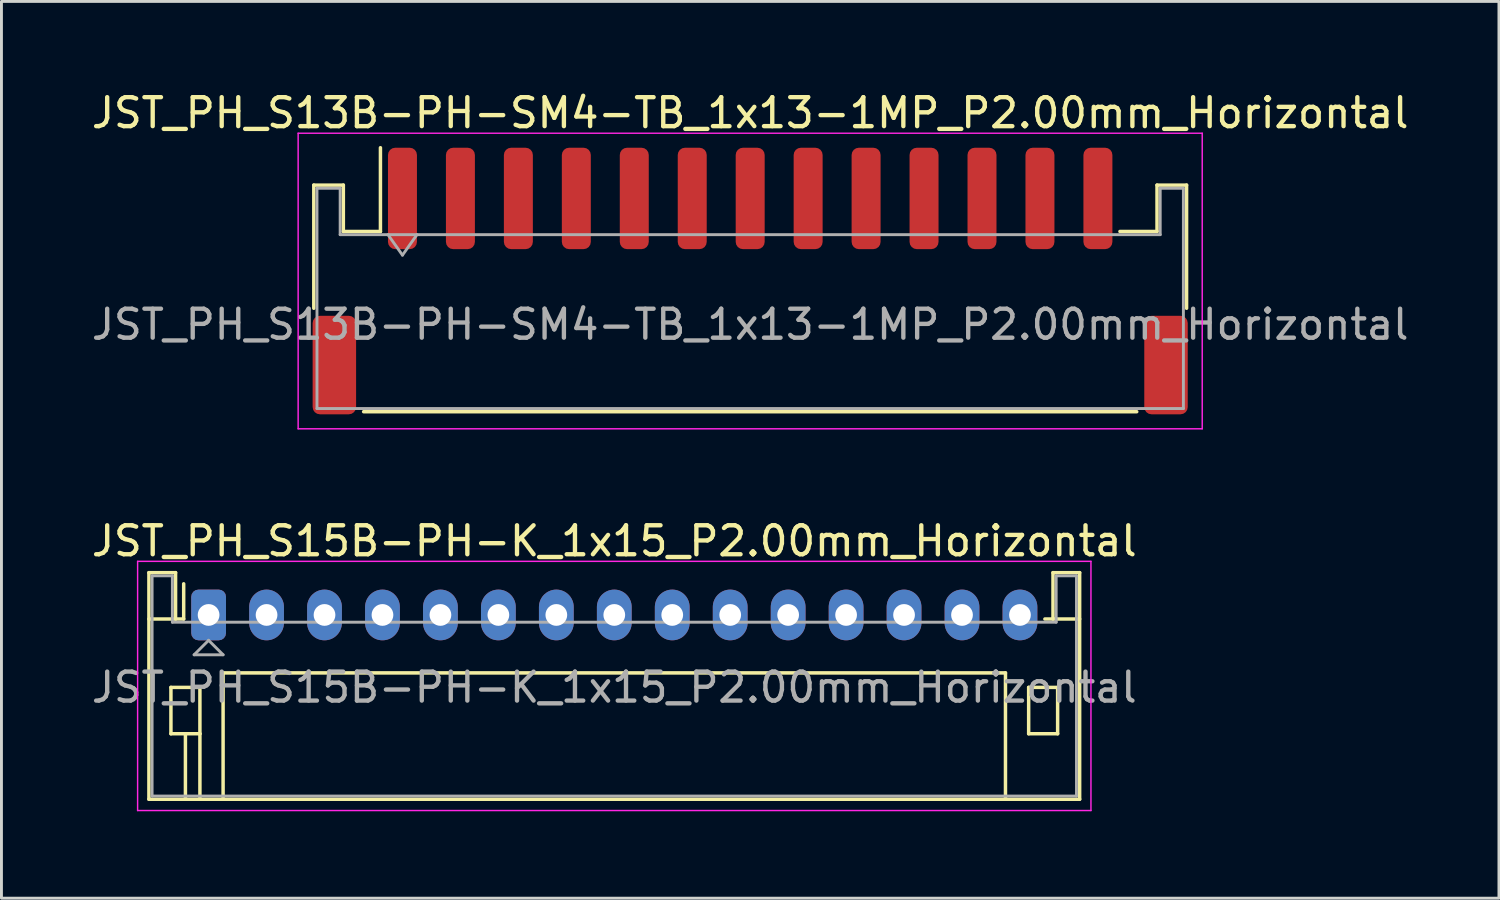
<source format=kicad_pcb>
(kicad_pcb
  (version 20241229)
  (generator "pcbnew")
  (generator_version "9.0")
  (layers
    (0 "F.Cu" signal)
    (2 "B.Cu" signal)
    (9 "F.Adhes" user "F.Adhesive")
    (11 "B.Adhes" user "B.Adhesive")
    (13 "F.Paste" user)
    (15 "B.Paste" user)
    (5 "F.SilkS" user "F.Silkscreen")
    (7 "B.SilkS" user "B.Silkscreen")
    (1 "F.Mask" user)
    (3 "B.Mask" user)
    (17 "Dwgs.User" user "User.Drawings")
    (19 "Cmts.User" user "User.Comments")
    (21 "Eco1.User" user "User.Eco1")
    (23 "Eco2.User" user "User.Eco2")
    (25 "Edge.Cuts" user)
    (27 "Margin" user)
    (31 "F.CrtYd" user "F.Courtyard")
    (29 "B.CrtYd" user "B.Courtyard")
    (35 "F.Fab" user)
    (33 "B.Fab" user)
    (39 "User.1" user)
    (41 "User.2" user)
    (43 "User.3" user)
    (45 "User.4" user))
  (footprint "JST_PH_S15B-PH-K_1x15_P2.00mm_Horizontal"
    (layer "F.Cu")
    (at 4.149 18.172)
    (property "Reference" "JST_PH_S15B-PH-K_1x15_P2.00mm_Horizontal" (at 14 -2.55 0) (layer "F.SilkS") (effects (font (size 1 1) (thickness 0.15))))
    (attr through_hole)
    (fp_line (start -2.06 -1.46) (end -2.06 6.36) (stroke (width 0.12) (type solid)) (layer "F.SilkS"))
    (fp_line (start -2.06 0.14) (end -1.14 0.14) (stroke (width 0.12) (type solid)) (layer "F.SilkS"))
    (fp_line (start -2.06 6.36) (end 30.06 6.36) (stroke (width 0.12) (type solid)) (layer "F.SilkS"))
    (fp_line (start -1.3 2.5) (end -1.3 4.1) (stroke (width 0.12) (type solid)) (layer "F.SilkS"))
    (fp_line (start -1.3 4.1) (end -0.3 4.1) (stroke (width 0.12) (type solid)) (layer "F.SilkS"))
    (fp_line (start -1.14 -1.46) (end -2.06 -1.46) (stroke (width 0.12) (type solid)) (layer "F.SilkS"))
    (fp_line (start -1.14 0.14) (end -1.14 -1.46) (stroke (width 0.12) (type solid)) (layer "F.SilkS"))
    (fp_line (start -0.86 0.14) (end -1.14 0.14) (stroke (width 0.12) (type solid)) (layer "F.SilkS"))
    (fp_line (start -0.86 0.14) (end -0.86 -1.075) (stroke (width 0.12) (type solid)) (layer "F.SilkS"))
    (fp_line (start -0.8 4.1) (end -0.8 6.36) (stroke (width 0.12) (type solid)) (layer "F.SilkS"))
    (fp_line (start -0.3 2.5) (end -1.3 2.5) (stroke (width 0.12) (type solid)) (layer "F.SilkS"))
    (fp_line (start -0.3 4.1) (end -0.3 2.5) (stroke (width 0.12) (type solid)) (layer "F.SilkS"))
    (fp_line (start -0.3 4.1) (end -0.3 6.36) (stroke (width 0.12) (type solid)) (layer "F.SilkS"))
    (fp_line (start 0.5 2) (end 27.5 2) (stroke (width 0.12) (type solid)) (layer "F.SilkS"))
    (fp_line (start 0.5 6.36) (end 0.5 2) (stroke (width 0.12) (type solid)) (layer "F.SilkS"))
    (fp_line (start 27.5 2) (end 27.5 6.36) (stroke (width 0.12) (type solid)) (layer "F.SilkS"))
    (fp_line (start 28.3 2.5) (end 29.3 2.5) (stroke (width 0.12) (type solid)) (layer "F.SilkS"))
    (fp_line (start 28.3 4.1) (end 28.3 2.5) (stroke (width 0.12) (type solid)) (layer "F.SilkS"))
    (fp_line (start 29.14 -1.46) (end 29.14 0.14) (stroke (width 0.12) (type solid)) (layer "F.SilkS"))
    (fp_line (start 29.14 0.14) (end 28.86 0.14) (stroke (width 0.12) (type solid)) (layer "F.SilkS"))
    (fp_line (start 29.3 2.5) (end 29.3 4.1) (stroke (width 0.12) (type solid)) (layer "F.SilkS"))
    (fp_line (start 29.3 4.1) (end 28.3 4.1) (stroke (width 0.12) (type solid)) (layer "F.SilkS"))
    (fp_line (start 30.06 -1.46) (end 29.14 -1.46) (stroke (width 0.12) (type solid)) (layer "F.SilkS"))
    (fp_line (start 30.06 0.14) (end 29.14 0.14) (stroke (width 0.12) (type solid)) (layer "F.SilkS"))
    (fp_line (start 30.06 6.36) (end 30.06 -1.46) (stroke (width 0.12) (type solid)) (layer "F.SilkS"))
    (fp_line (start -2.45 -1.85) (end -2.45 6.75) (stroke (width 0.05) (type solid)) (layer "F.CrtYd"))
    (fp_line (start -2.45 6.75) (end 30.45 6.75) (stroke (width 0.05) (type solid)) (layer "F.CrtYd"))
    (fp_line (start 30.45 -1.85) (end -2.45 -1.85) (stroke (width 0.05) (type solid)) (layer "F.CrtYd"))
    (fp_line (start 30.45 6.75) (end 30.45 -1.85) (stroke (width 0.05) (type solid)) (layer "F.CrtYd"))
    (fp_line (start -1.95 -1.35) (end -1.95 6.25) (stroke (width 0.1) (type solid)) (layer "F.Fab"))
    (fp_line (start -1.95 6.25) (end 29.95 6.25) (stroke (width 0.1) (type solid)) (layer "F.Fab"))
    (fp_line (start -1.25 -1.35) (end -1.95 -1.35) (stroke (width 0.1) (type solid)) (layer "F.Fab"))
    (fp_line (start -1.25 0.25) (end -1.25 -1.35) (stroke (width 0.1) (type solid)) (layer "F.Fab"))
    (fp_line (start -0.5 1.375) (end 0.5 1.375) (stroke (width 0.1) (type solid)) (layer "F.Fab"))
    (fp_line (start 0 0.875) (end -0.5 1.375) (stroke (width 0.1) (type solid)) (layer "F.Fab"))
    (fp_line (start 0.5 1.375) (end 0 0.875) (stroke (width 0.1) (type solid)) (layer "F.Fab"))
    (fp_line (start 29.25 -1.35) (end 29.25 0.25) (stroke (width 0.1) (type solid)) (layer "F.Fab"))
    (fp_line (start 29.25 0.25) (end -1.25 0.25) (stroke (width 0.1) (type solid)) (layer "F.Fab"))
    (fp_line (start 29.95 -1.35) (end 29.25 -1.35) (stroke (width 0.1) (type solid)) (layer "F.Fab"))
    (fp_line (start 29.95 6.25) (end 29.95 -1.35) (stroke (width 0.1) (type solid)) (layer "F.Fab"))
    (fp_text user "${REFERENCE}" (at 14 2.5 0) (layer "F.Fab") (effects (font (size 1 1) (thickness 0.15))))
    (pad "1" thru_hole roundrect (at 0 0) (size 1.2 1.75) (drill 0.75) (layers "*.Cu" "*.Mask") (roundrect_rratio 0.208))
    (pad "2" thru_hole oval (at 2 0) (size 1.2 1.75) (drill 0.75) (layers "*.Cu" "*.Mask"))
    (pad "3" thru_hole oval (at 4 0) (size 1.2 1.75) (drill 0.75) (layers "*.Cu" "*.Mask"))
    (pad "4" thru_hole oval (at 6 0) (size 1.2 1.75) (drill 0.75) (layers "*.Cu" "*.Mask"))
    (pad "5" thru_hole oval (at 8 0) (size 1.2 1.75) (drill 0.75) (layers "*.Cu" "*.Mask"))
    (pad "6" thru_hole oval (at 10 0) (size 1.2 1.75) (drill 0.75) (layers "*.Cu" "*.Mask"))
    (pad "7" thru_hole oval (at 12 0) (size 1.2 1.75) (drill 0.75) (layers "*.Cu" "*.Mask"))
    (pad "8" thru_hole oval (at 14 0) (size 1.2 1.75) (drill 0.75) (layers "*.Cu" "*.Mask"))
    (pad "9" thru_hole oval (at 16 0) (size 1.2 1.75) (drill 0.75) (layers "*.Cu" "*.Mask"))
    (pad "10" thru_hole oval (at 18 0) (size 1.2 1.75) (drill 0.75) (layers "*.Cu" "*.Mask"))
    (pad "11" thru_hole oval (at 20 0) (size 1.2 1.75) (drill 0.75) (layers "*.Cu" "*.Mask"))
    (pad "12" thru_hole oval (at 22 0) (size 1.2 1.75) (drill 0.75) (layers "*.Cu" "*.Mask"))
    (pad "13" thru_hole oval (at 24 0) (size 1.2 1.75) (drill 0.75) (layers "*.Cu" "*.Mask"))
    (pad "14" thru_hole oval (at 26 0) (size 1.2 1.75) (drill 0.75) (layers "*.Cu" "*.Mask"))
    (pad "15" thru_hole oval (at 28 0) (size 1.2 1.75) (drill 0.75) (layers "*.Cu" "*.Mask")))
  (footprint "JST_PH_S13B-PH-SM4-TB_1x13-1MP_P2.00mm_Horizontal"
    (layer "F.Cu")
    (at 22.839 6.648)
    (property "Reference" "JST_PH_S13B-PH-SM4-TB_1x13-1MP_P2.00mm_Horizontal" (at 0 -5.8 0) (layer "F.SilkS") (effects (font (size 1 1) (thickness 0.15))))
    (attr smd)
    (fp_line (start -15.06 -3.31) (end -14.04 -3.31) (stroke (width 0.12) (type solid)) (layer "F.SilkS"))
    (fp_line (start -15.06 0.94) (end -15.06 -3.31) (stroke (width 0.12) (type solid)) (layer "F.SilkS"))
    (fp_line (start -14.04 -3.31) (end -14.04 -1.71) (stroke (width 0.12) (type solid)) (layer "F.SilkS"))
    (fp_line (start -14.04 -1.71) (end -12.76 -1.71) (stroke (width 0.12) (type solid)) (layer "F.SilkS"))
    (fp_line (start -13.34 4.51) (end 13.34 4.51) (stroke (width 0.12) (type solid)) (layer "F.SilkS"))
    (fp_line (start -12.76 -1.71) (end -12.76 -4.6) (stroke (width 0.12) (type solid)) (layer "F.SilkS"))
    (fp_line (start 14.04 -3.31) (end 14.04 -1.71) (stroke (width 0.12) (type solid)) (layer "F.SilkS"))
    (fp_line (start 14.04 -1.71) (end 12.76 -1.71) (stroke (width 0.12) (type solid)) (layer "F.SilkS"))
    (fp_line (start 15.06 -3.31) (end 14.04 -3.31) (stroke (width 0.12) (type solid)) (layer "F.SilkS"))
    (fp_line (start 15.06 0.94) (end 15.06 -3.31) (stroke (width 0.12) (type solid)) (layer "F.SilkS"))
    (fp_line (start -15.6 -5.1) (end -15.6 5.1) (stroke (width 0.05) (type solid)) (layer "F.CrtYd"))
    (fp_line (start -15.6 5.1) (end 15.6 5.1) (stroke (width 0.05) (type solid)) (layer "F.CrtYd"))
    (fp_line (start 15.6 -5.1) (end -15.6 -5.1) (stroke (width 0.05) (type solid)) (layer "F.CrtYd"))
    (fp_line (start 15.6 5.1) (end 15.6 -5.1) (stroke (width 0.05) (type solid)) (layer "F.CrtYd"))
    (fp_line (start -14.95 -3.2) (end -14.95 4.4) (stroke (width 0.1) (type solid)) (layer "F.Fab"))
    (fp_line (start -14.95 -3.2) (end -14.15 -3.2) (stroke (width 0.1) (type solid)) (layer "F.Fab"))
    (fp_line (start -14.95 4.4) (end 14.95 4.4) (stroke (width 0.1) (type solid)) (layer "F.Fab"))
    (fp_line (start -14.15 -3.2) (end -14.15 -1.6) (stroke (width 0.1) (type solid)) (layer "F.Fab"))
    (fp_line (start -14.15 -1.6) (end 14.15 -1.6) (stroke (width 0.1) (type solid)) (layer "F.Fab"))
    (fp_line (start -12.5 -1.6) (end -12 -0.893) (stroke (width 0.1) (type solid)) (layer "F.Fab"))
    (fp_line (start -12 -0.893) (end -11.5 -1.6) (stroke (width 0.1) (type solid)) (layer "F.Fab"))
    (fp_line (start 14.15 -3.2) (end 14.95 -3.2) (stroke (width 0.1) (type solid)) (layer "F.Fab"))
    (fp_line (start 14.15 -1.6) (end 14.15 -3.2) (stroke (width 0.1) (type solid)) (layer "F.Fab"))
    (fp_line (start 14.95 -3.2) (end 14.95 4.4) (stroke (width 0.1) (type solid)) (layer "F.Fab"))
    (fp_text user "${REFERENCE}" (at 0 1.5 0) (layer "F.Fab") (effects (font (size 1 1) (thickness 0.15))))
    (pad "1" smd roundrect (at -12 -2.85) (size 1 3.5) (layers "F.Cu" "F.Mask" "F.Paste") (roundrect_rratio 0.25))
    (pad "2" smd roundrect (at -10 -2.85) (size 1 3.5) (layers "F.Cu" "F.Mask" "F.Paste") (roundrect_rratio 0.25))
    (pad "3" smd roundrect (at -8 -2.85) (size 1 3.5) (layers "F.Cu" "F.Mask" "F.Paste") (roundrect_rratio 0.25))
    (pad "4" smd roundrect (at -6 -2.85) (size 1 3.5) (layers "F.Cu" "F.Mask" "F.Paste") (roundrect_rratio 0.25))
    (pad "5" smd roundrect (at -4 -2.85) (size 1 3.5) (layers "F.Cu" "F.Mask" "F.Paste") (roundrect_rratio 0.25))
    (pad "6" smd roundrect (at -2 -2.85) (size 1 3.5) (layers "F.Cu" "F.Mask" "F.Paste") (roundrect_rratio 0.25))
    (pad "7" smd roundrect (at 0 -2.85) (size 1 3.5) (layers "F.Cu" "F.Mask" "F.Paste") (roundrect_rratio 0.25))
    (pad "8" smd roundrect (at 2 -2.85) (size 1 3.5) (layers "F.Cu" "F.Mask" "F.Paste") (roundrect_rratio 0.25))
    (pad "9" smd roundrect (at 4 -2.85) (size 1 3.5) (layers "F.Cu" "F.Mask" "F.Paste") (roundrect_rratio 0.25))
    (pad "10" smd roundrect (at 6 -2.85) (size 1 3.5) (layers "F.Cu" "F.Mask" "F.Paste") (roundrect_rratio 0.25))
    (pad "11" smd roundrect (at 8 -2.85) (size 1 3.5) (layers "F.Cu" "F.Mask" "F.Paste") (roundrect_rratio 0.25))
    (pad "12" smd roundrect (at 10 -2.85) (size 1 3.5) (layers "F.Cu" "F.Mask" "F.Paste") (roundrect_rratio 0.25))
    (pad "13" smd roundrect (at 12 -2.85) (size 1 3.5) (layers "F.Cu" "F.Mask" "F.Paste") (roundrect_rratio 0.25))
    (pad "MP" smd roundrect (at -14.35 2.9) (size 1.5 3.4) (layers "F.Cu" "F.Mask" "F.Paste") (roundrect_rratio 0.167))
    (pad "MP" smd roundrect (at 14.35 2.9) (size 1.5 3.4) (layers "F.Cu" "F.Mask" "F.Paste") (roundrect_rratio 0.167)))
  (gr_rect
    (start -3 -3)
    (end 48.679 27.947)
    (stroke (width 0.1) (type default))
    (fill no)
    (layer "Edge.Cuts")))
</source>
